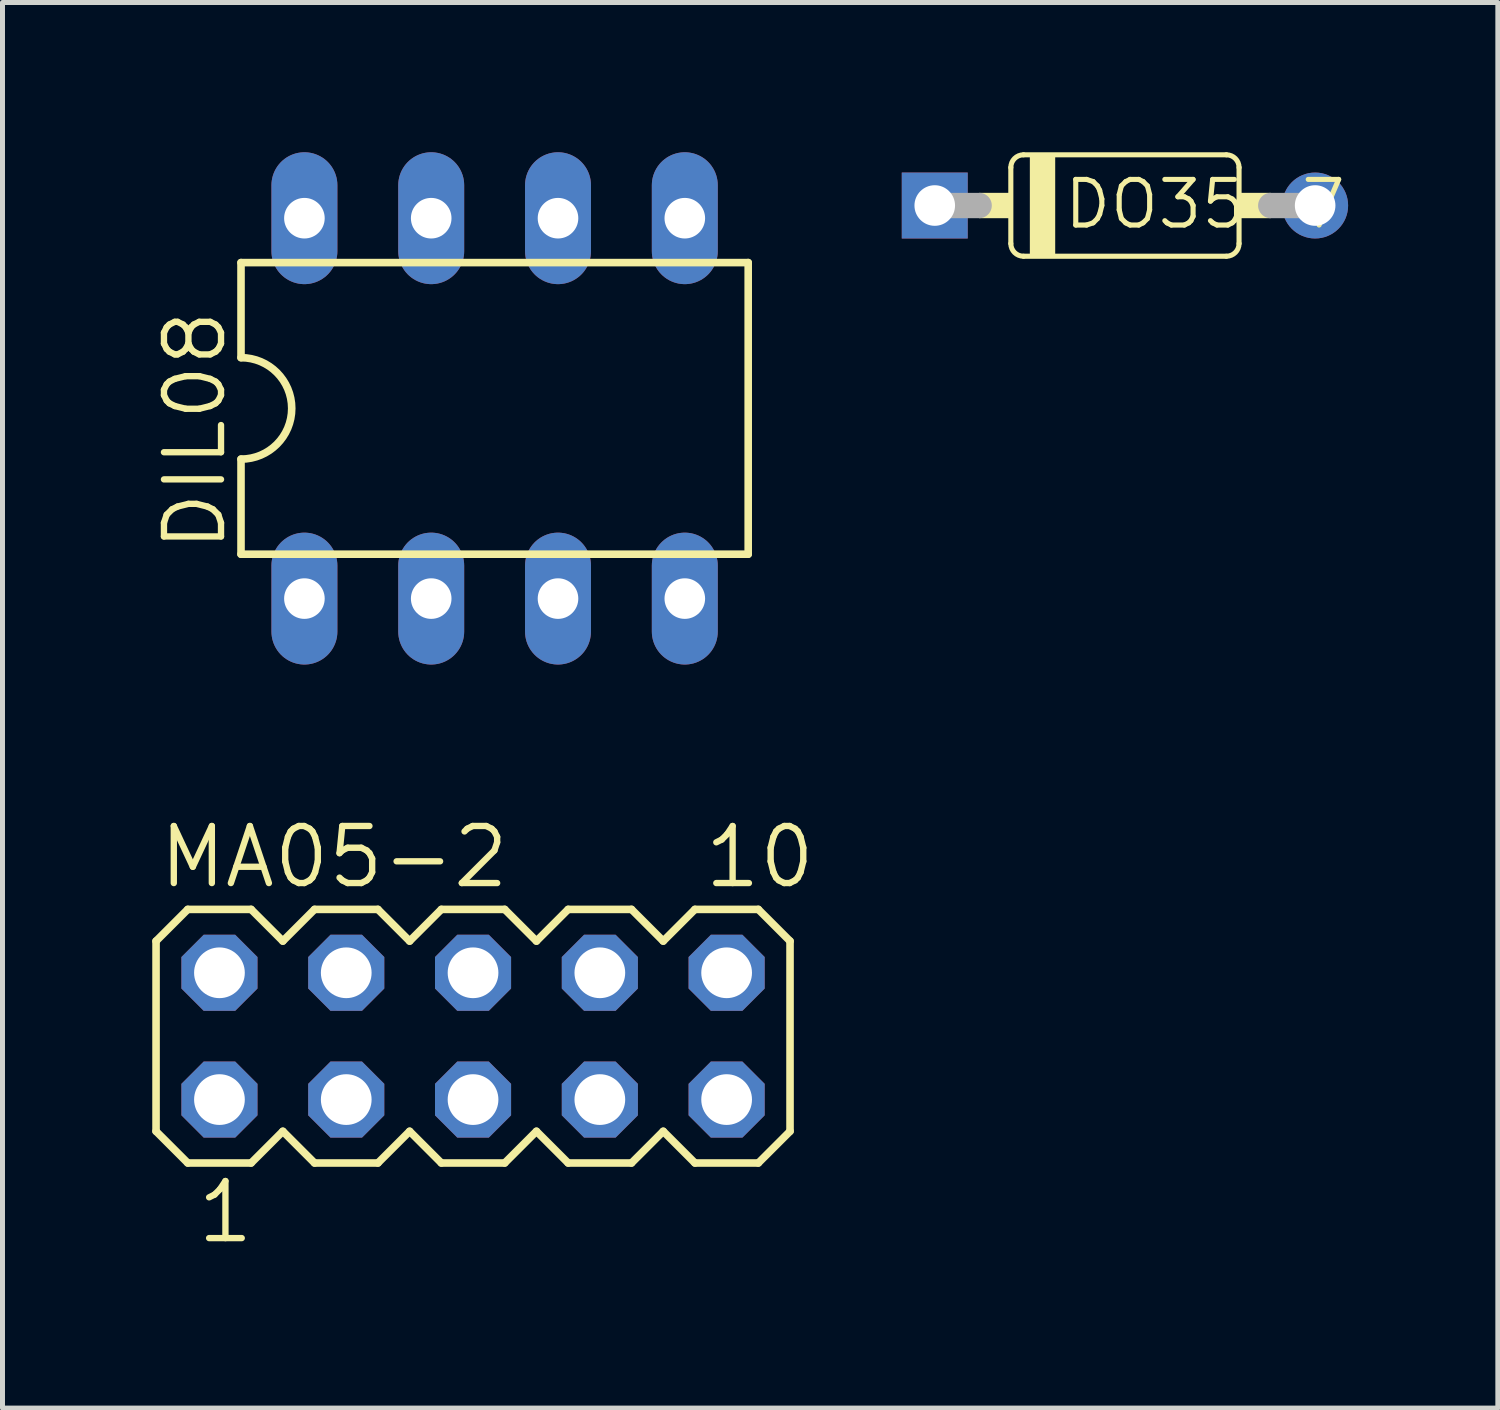
<source format=kicad_pcb>
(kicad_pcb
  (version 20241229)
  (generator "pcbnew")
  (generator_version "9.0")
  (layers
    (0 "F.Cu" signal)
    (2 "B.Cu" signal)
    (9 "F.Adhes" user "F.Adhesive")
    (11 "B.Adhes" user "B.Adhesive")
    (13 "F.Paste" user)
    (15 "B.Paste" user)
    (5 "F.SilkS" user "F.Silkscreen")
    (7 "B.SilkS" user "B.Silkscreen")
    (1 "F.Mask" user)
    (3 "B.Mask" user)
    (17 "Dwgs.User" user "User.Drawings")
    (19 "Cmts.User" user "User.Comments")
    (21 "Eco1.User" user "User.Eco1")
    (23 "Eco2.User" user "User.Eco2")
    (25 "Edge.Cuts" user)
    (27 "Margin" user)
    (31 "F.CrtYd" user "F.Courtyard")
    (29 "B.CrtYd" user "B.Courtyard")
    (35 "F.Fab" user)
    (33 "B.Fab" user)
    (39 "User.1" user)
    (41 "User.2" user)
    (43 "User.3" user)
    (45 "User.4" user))
  (footprint "MA05-2"
    (layer "F.Cu")
    (at 6.426 17.707)
    (property "Reference" "MA05-2" (at -6.35 -2.921 0) (layer "F.SilkS") (effects (font (size 1.143 1.143) (thickness 0.127)) (justify left bottom)))
    (fp_line (start -6.35 -1.905) (end -6.35 1.905) (stroke (width 0.152) (type solid)) (layer "F.SilkS"))
    (fp_line (start -6.35 1.905) (end -5.715 2.54) (stroke (width 0.152) (type solid)) (layer "F.SilkS"))
    (fp_line (start -5.715 -2.54) (end -6.35 -1.905) (stroke (width 0.152) (type solid)) (layer "F.SilkS"))
    (fp_line (start -5.715 -2.54) (end -4.445 -2.54) (stroke (width 0.152) (type solid)) (layer "F.SilkS"))
    (fp_line (start -4.445 -2.54) (end -3.81 -1.905) (stroke (width 0.152) (type solid)) (layer "F.SilkS"))
    (fp_line (start -4.445 2.54) (end -5.715 2.54) (stroke (width 0.152) (type solid)) (layer "F.SilkS"))
    (fp_line (start -3.81 -1.905) (end -3.175 -2.54) (stroke (width 0.152) (type solid)) (layer "F.SilkS"))
    (fp_line (start -3.81 1.905) (end -4.445 2.54) (stroke (width 0.152) (type solid)) (layer "F.SilkS"))
    (fp_line (start -3.175 -2.54) (end -1.905 -2.54) (stroke (width 0.152) (type solid)) (layer "F.SilkS"))
    (fp_line (start -3.175 2.54) (end -3.81 1.905) (stroke (width 0.152) (type solid)) (layer "F.SilkS"))
    (fp_line (start -1.905 -2.54) (end -1.27 -1.905) (stroke (width 0.152) (type solid)) (layer "F.SilkS"))
    (fp_line (start -1.905 2.54) (end -3.175 2.54) (stroke (width 0.152) (type solid)) (layer "F.SilkS"))
    (fp_line (start -1.27 -1.905) (end -0.635 -2.54) (stroke (width 0.152) (type solid)) (layer "F.SilkS"))
    (fp_line (start -1.27 1.905) (end -1.905 2.54) (stroke (width 0.152) (type solid)) (layer "F.SilkS"))
    (fp_line (start -0.635 -2.54) (end 0.635 -2.54) (stroke (width 0.152) (type solid)) (layer "F.SilkS"))
    (fp_line (start -0.635 2.54) (end -1.27 1.905) (stroke (width 0.152) (type solid)) (layer "F.SilkS"))
    (fp_line (start 0.635 -2.54) (end 1.27 -1.905) (stroke (width 0.152) (type solid)) (layer "F.SilkS"))
    (fp_line (start 0.635 2.54) (end -0.635 2.54) (stroke (width 0.152) (type solid)) (layer "F.SilkS"))
    (fp_line (start 1.27 1.905) (end 0.635 2.54) (stroke (width 0.152) (type solid)) (layer "F.SilkS"))
    (fp_line (start 1.27 1.905) (end 1.905 2.54) (stroke (width 0.152) (type solid)) (layer "F.SilkS"))
    (fp_line (start 1.905 -2.54) (end 1.27 -1.905) (stroke (width 0.152) (type solid)) (layer "F.SilkS"))
    (fp_line (start 1.905 -2.54) (end 3.175 -2.54) (stroke (width 0.152) (type solid)) (layer "F.SilkS"))
    (fp_line (start 3.175 -2.54) (end 3.81 -1.905) (stroke (width 0.152) (type solid)) (layer "F.SilkS"))
    (fp_line (start 3.175 2.54) (end 1.905 2.54) (stroke (width 0.152) (type solid)) (layer "F.SilkS"))
    (fp_line (start 3.81 -1.905) (end 4.445 -2.54) (stroke (width 0.152) (type solid)) (layer "F.SilkS"))
    (fp_line (start 3.81 1.905) (end 3.175 2.54) (stroke (width 0.152) (type solid)) (layer "F.SilkS"))
    (fp_line (start 4.445 -2.54) (end 5.715 -2.54) (stroke (width 0.152) (type solid)) (layer "F.SilkS"))
    (fp_line (start 4.445 2.54) (end 3.81 1.905) (stroke (width 0.152) (type solid)) (layer "F.SilkS"))
    (fp_line (start 5.715 -2.54) (end 6.35 -1.905) (stroke (width 0.152) (type solid)) (layer "F.SilkS"))
    (fp_line (start 5.715 2.54) (end 4.445 2.54) (stroke (width 0.152) (type solid)) (layer "F.SilkS"))
    (fp_line (start 6.35 -1.905) (end 6.35 1.905) (stroke (width 0.152) (type solid)) (layer "F.SilkS"))
    (fp_line (start 6.35 1.905) (end 5.715 2.54) (stroke (width 0.152) (type solid)) (layer "F.SilkS"))
    (fp_poly (pts (xy -5.334 -1.016) (xy -4.826 -1.016) (xy -4.826 -1.524) (xy -5.334 -1.524)) (stroke (width 0.1) (type default)) (fill no) (layer "F.Fab"))
    (fp_poly (pts (xy -5.334 1.524) (xy -4.826 1.524) (xy -4.826 1.016) (xy -5.334 1.016)) (stroke (width 0.1) (type default)) (fill no) (layer "F.Fab"))
    (fp_poly (pts (xy -2.794 -1.016) (xy -2.286 -1.016) (xy -2.286 -1.524) (xy -2.794 -1.524)) (stroke (width 0.1) (type default)) (fill no) (layer "F.Fab"))
    (fp_poly (pts (xy -2.794 1.524) (xy -2.286 1.524) (xy -2.286 1.016) (xy -2.794 1.016)) (stroke (width 0.1) (type default)) (fill no) (layer "F.Fab"))
    (fp_poly (pts (xy -0.254 -1.016) (xy 0.254 -1.016) (xy 0.254 -1.524) (xy -0.254 -1.524)) (stroke (width 0.1) (type default)) (fill no) (layer "F.Fab"))
    (fp_poly (pts (xy -0.254 1.524) (xy 0.254 1.524) (xy 0.254 1.016) (xy -0.254 1.016)) (stroke (width 0.1) (type default)) (fill no) (layer "F.Fab"))
    (fp_poly (pts (xy 2.286 -1.016) (xy 2.794 -1.016) (xy 2.794 -1.524) (xy 2.286 -1.524)) (stroke (width 0.1) (type default)) (fill no) (layer "F.Fab"))
    (fp_poly (pts (xy 2.286 1.524) (xy 2.794 1.524) (xy 2.794 1.016) (xy 2.286 1.016)) (stroke (width 0.1) (type default)) (fill no) (layer "F.Fab"))
    (fp_poly (pts (xy 4.826 -1.016) (xy 5.334 -1.016) (xy 5.334 -1.524) (xy 4.826 -1.524)) (stroke (width 0.1) (type default)) (fill no) (layer "F.Fab"))
    (fp_poly (pts (xy 4.826 1.524) (xy 5.334 1.524) (xy 5.334 1.016) (xy 4.826 1.016)) (stroke (width 0.1) (type default)) (fill no) (layer "F.Fab"))
    (fp_text user "1" (at -5.588 4.191 0) (layer "F.SilkS") (effects (font (size 1.143 1.143) (thickness 0.127)) (justify left bottom)))
    (fp_text user "10" (at 4.572 -2.921 0) (layer "F.SilkS") (effects (font (size 1.143 1.143) (thickness 0.127)) (justify left bottom)))
    (pad "1" thru_hole roundrect (at -5.08 1.27) (size 1.524 1.524) (drill 1.016) (layers "*.Cu" "*.Mask") (roundrect_rratio 0.25) (chamfer_ratio 0.293) (chamfer top_left top_right bottom_left bottom_right))
    (pad "2" thru_hole roundrect (at -5.08 -1.27) (size 1.524 1.524) (drill 1.016) (layers "*.Cu" "*.Mask") (roundrect_rratio 0.25) (chamfer_ratio 0.293) (chamfer top_left top_right bottom_left bottom_right))
    (pad "3" thru_hole roundrect (at -2.54 1.27) (size 1.524 1.524) (drill 1.016) (layers "*.Cu" "*.Mask") (roundrect_rratio 0.25) (chamfer_ratio 0.293) (chamfer top_left top_right bottom_left bottom_right))
    (pad "4" thru_hole roundrect (at -2.54 -1.27) (size 1.524 1.524) (drill 1.016) (layers "*.Cu" "*.Mask") (roundrect_rratio 0.25) (chamfer_ratio 0.293) (chamfer top_left top_right bottom_left bottom_right))
    (pad "5" thru_hole roundrect (at 0 1.27) (size 1.524 1.524) (drill 1.016) (layers "*.Cu" "*.Mask") (roundrect_rratio 0.25) (chamfer_ratio 0.293) (chamfer top_left top_right bottom_left bottom_right))
    (pad "6" thru_hole roundrect (at 0 -1.27) (size 1.524 1.524) (drill 1.016) (layers "*.Cu" "*.Mask") (roundrect_rratio 0.25) (chamfer_ratio 0.293) (chamfer top_left top_right bottom_left bottom_right))
    (pad "7" thru_hole roundrect (at 2.54 1.27) (size 1.524 1.524) (drill 1.016) (layers "*.Cu" "*.Mask") (roundrect_rratio 0.25) (chamfer_ratio 0.293) (chamfer top_left top_right bottom_left bottom_right))
    (pad "8" thru_hole roundrect (at 2.54 -1.27) (size 1.524 1.524) (drill 1.016) (layers "*.Cu" "*.Mask") (roundrect_rratio 0.25) (chamfer_ratio 0.293) (chamfer top_left top_right bottom_left bottom_right))
    (pad "9" thru_hole roundrect (at 5.08 1.27) (size 1.524 1.524) (drill 1.016) (layers "*.Cu" "*.Mask") (roundrect_rratio 0.25) (chamfer_ratio 0.293) (chamfer top_left top_right bottom_left bottom_right))
    (pad "10" thru_hole roundrect (at 5.08 -1.27) (size 1.524 1.524) (drill 1.016) (layers "*.Cu" "*.Mask") (roundrect_rratio 0.25) (chamfer_ratio 0.293) (chamfer top_left top_right bottom_left bottom_right)))
  (footprint "DIL08"
    (layer "F.Cu")
    (at 6.858 5.131)
    (property "Reference" "DIL08" (at -5.334 2.921 90) (layer "F.SilkS") (effects (font (size 1.143 1.143) (thickness 0.127)) (justify left bottom)))
    (fp_line (start -5.08 -2.921) (end -5.08 -1.016) (stroke (width 0.152) (type solid)) (layer "F.SilkS"))
    (fp_line (start -5.08 2.921) (end -5.08 1.016) (stroke (width 0.152) (type solid)) (layer "F.SilkS"))
    (fp_line (start -5.08 2.921) (end 5.08 2.921) (stroke (width 0.152) (type solid)) (layer "F.SilkS"))
    (fp_line (start 5.08 -2.921) (end -5.08 -2.921) (stroke (width 0.152) (type solid)) (layer "F.SilkS"))
    (fp_line (start 5.08 -2.921) (end 5.08 2.921) (stroke (width 0.152) (type solid)) (layer "F.SilkS"))
    (fp_arc (start -5.08 -1.016) (mid -4.064 0) (end -5.08 1.016) (stroke (width 0.1524) (type solid)) (layer "F.SilkS"))
    (pad "1" thru_hole oval (at -3.81 3.81 90) (size 2.642 1.321) (drill 0.813) (layers "*.Cu" "*.Mask"))
    (pad "2" thru_hole oval (at -1.27 3.81 90) (size 2.642 1.321) (drill 0.813) (layers "*.Cu" "*.Mask"))
    (pad "3" thru_hole oval (at 1.27 3.81 90) (size 2.642 1.321) (drill 0.813) (layers "*.Cu" "*.Mask"))
    (pad "4" thru_hole oval (at 3.81 3.81 90) (size 2.642 1.321) (drill 0.813) (layers "*.Cu" "*.Mask"))
    (pad "5" thru_hole oval (at 3.81 -3.81 90) (size 2.642 1.321) (drill 0.813) (layers "*.Cu" "*.Mask"))
    (pad "6" thru_hole oval (at 1.27 -3.81 90) (size 2.642 1.321) (drill 0.813) (layers "*.Cu" "*.Mask"))
    (pad "7" thru_hole oval (at -1.27 -3.81 90) (size 2.642 1.321) (drill 0.813) (layers "*.Cu" "*.Mask"))
    (pad "8" thru_hole oval (at -3.81 -3.81 90) (size 2.642 1.321) (drill 0.813) (layers "*.Cu" "*.Mask")))
  (footprint "DO35-7"
    (layer "F.Cu")
    (at 19.485 1.067)
    (property "Reference" "DO35-7" (at -1.27 0.508 0) (layer "F.SilkS") (effects (font (size 0.914 0.914) (thickness 0.102)) (justify left bottom)))
    (fp_line (start -2.286 -0.762) (end -2.286 0.762) (stroke (width 0.102) (type solid)) (layer "F.SilkS"))
    (fp_line (start -2.032 -1.016) (end 2.032 -1.016) (stroke (width 0.102) (type solid)) (layer "F.SilkS"))
    (fp_line (start -2.032 1.016) (end 2.032 1.016) (stroke (width 0.102) (type solid)) (layer "F.SilkS"))
    (fp_line (start 2.286 -0.762) (end 2.286 0.762) (stroke (width 0.102) (type solid)) (layer "F.SilkS"))
    (fp_arc (start -2.286 -0.762) (mid -2.211605 -0.941605) (end -2.032 -1.016) (stroke (width 0.1016) (type solid)) (layer "F.SilkS"))
    (fp_arc (start -2.032 1.016) (mid -2.211605 0.941605) (end -2.286 0.762) (stroke (width 0.1016) (type solid)) (layer "F.SilkS"))
    (fp_arc (start 2.032 -1.016) (mid 2.211605 -0.941605) (end 2.286 -0.762) (stroke (width 0.1016) (type solid)) (layer "F.SilkS"))
    (fp_arc (start 2.286 0.762) (mid 2.211605 0.941605) (end 2.032 1.016) (stroke (width 0.1016) (type solid)) (layer "F.SilkS"))
    (fp_poly (pts (xy -2.921 0.254) (xy -2.286 0.254) (xy -2.286 -0.254) (xy -2.921 -0.254)) (stroke (width 0) (type default)) (fill yes) (layer "F.SilkS"))
    (fp_poly (pts (xy -1.905 1.016) (xy -1.397 1.016) (xy -1.397 -1.016) (xy -1.905 -1.016)) (stroke (width 0) (type default)) (fill yes) (layer "F.SilkS"))
    (fp_poly (pts (xy 2.286 0.254) (xy 2.921 0.254) (xy 2.921 -0.254) (xy 2.286 -0.254)) (stroke (width 0) (type default)) (fill yes) (layer "F.SilkS"))
    (fp_line (start -3.81 0) (end -2.921 0) (stroke (width 0.508) (type solid)) (layer "F.Fab"))
    (fp_line (start 3.81 0) (end 2.921 0) (stroke (width 0.508) (type solid)) (layer "F.Fab"))
    (pad "A" thru_hole circle (at 3.81 0) (size 1.321 1.321) (drill 0.813) (layers "*.Cu" "*.Mask"))
    (pad "C" thru_hole rect (at -3.81 0) (size 1.321 1.321) (drill 0.813) (layers "*.Cu" "*.Mask")))
  (gr_rect
    (start -3 -3)
    (end 26.955 25.157)
    (stroke (width 0.1) (type default))
    (fill no)
    (layer "Edge.Cuts")))
</source>
